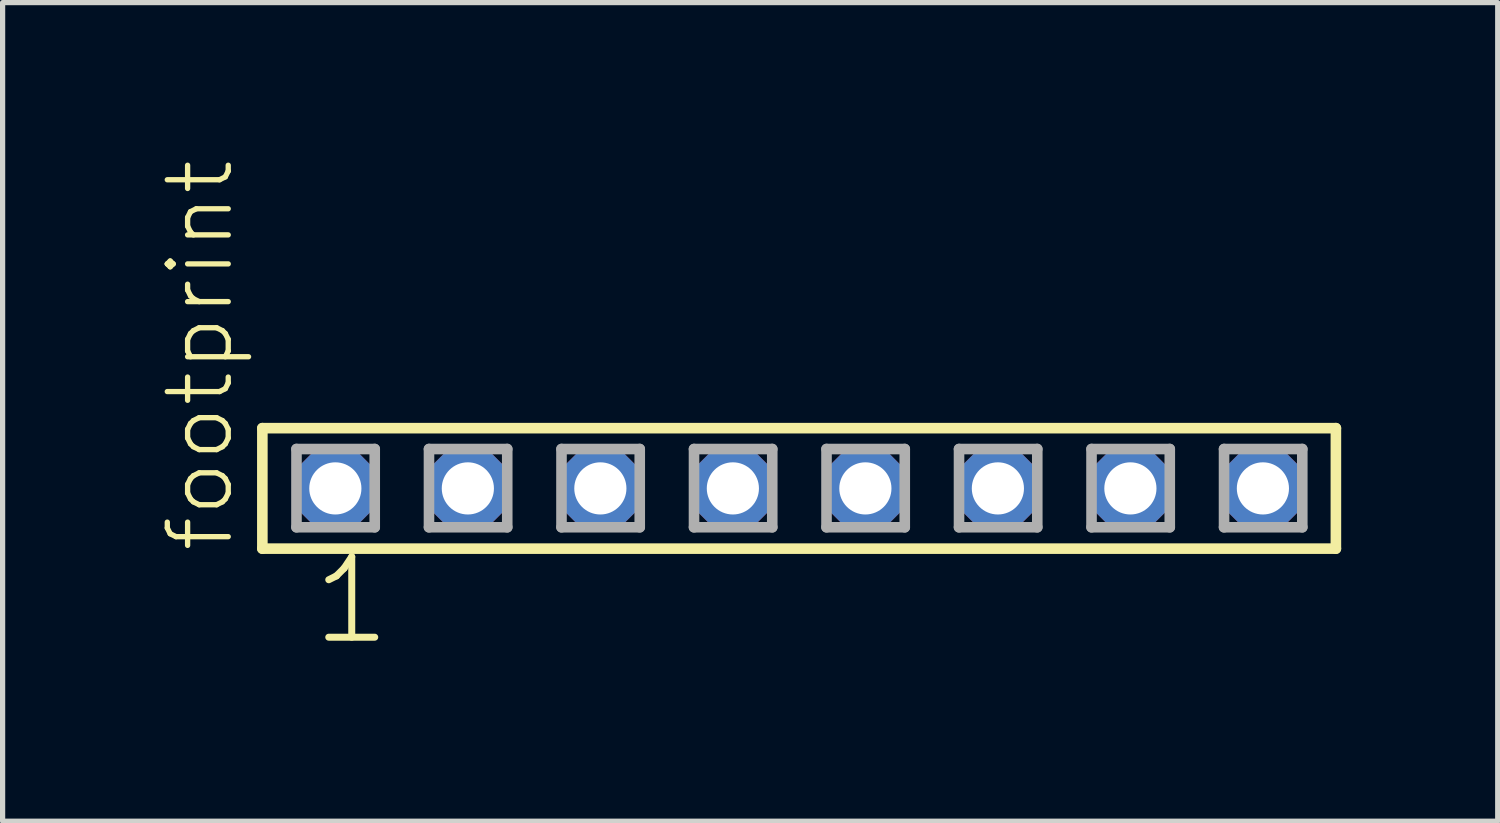
<source format=kicad_pcb>
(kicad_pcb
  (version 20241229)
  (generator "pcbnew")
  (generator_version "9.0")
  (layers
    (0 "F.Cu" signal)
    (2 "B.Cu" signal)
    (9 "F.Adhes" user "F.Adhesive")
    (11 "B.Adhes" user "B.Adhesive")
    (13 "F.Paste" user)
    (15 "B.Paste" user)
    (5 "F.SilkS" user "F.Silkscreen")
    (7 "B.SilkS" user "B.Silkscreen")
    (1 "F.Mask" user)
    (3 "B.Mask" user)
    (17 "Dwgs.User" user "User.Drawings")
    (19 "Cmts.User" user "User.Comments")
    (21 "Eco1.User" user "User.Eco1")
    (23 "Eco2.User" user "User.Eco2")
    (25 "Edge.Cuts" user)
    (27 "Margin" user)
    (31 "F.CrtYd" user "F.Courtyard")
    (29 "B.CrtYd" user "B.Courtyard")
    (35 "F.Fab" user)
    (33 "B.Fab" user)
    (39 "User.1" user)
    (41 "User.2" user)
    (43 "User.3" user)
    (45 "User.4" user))
  (footprint "footprint"
    (layer "F.Cu")
    (at 12.268 6.312)
    (property "Reference" "footprint" (at -10.795 1.27 90) (layer "F.SilkS") (effects (font (size 1.168 1.168) (thickness 0.102)) (justify left bottom)))
    (fp_line (start -10.289 -1.155) (end 10.289 -1.155) (stroke (width 0.203) (type solid)) (layer "F.SilkS"))
    (fp_line (start -10.289 1.155) (end -10.289 -1.155) (stroke (width 0.203) (type solid)) (layer "F.SilkS"))
    (fp_line (start 10.289 -1.155) (end 10.289 1.155) (stroke (width 0.203) (type solid)) (layer "F.SilkS"))
    (fp_line (start 10.289 1.155) (end -10.289 1.155) (stroke (width 0.203) (type solid)) (layer "F.SilkS"))
    (fp_line (start -9.635 -0.755) (end -8.135 -0.755) (stroke (width 0.203) (type solid)) (layer "F.Fab"))
    (fp_line (start -9.635 0.745) (end -9.635 -0.755) (stroke (width 0.203) (type solid)) (layer "F.Fab"))
    (fp_line (start -8.135 -0.755) (end -8.135 0.745) (stroke (width 0.203) (type solid)) (layer "F.Fab"))
    (fp_line (start -8.135 0.745) (end -9.635 0.745) (stroke (width 0.203) (type solid)) (layer "F.Fab"))
    (fp_line (start -7.095 -0.755) (end -5.595 -0.755) (stroke (width 0.203) (type solid)) (layer "F.Fab"))
    (fp_line (start -7.095 0.745) (end -7.095 -0.755) (stroke (width 0.203) (type solid)) (layer "F.Fab"))
    (fp_line (start -5.595 -0.755) (end -5.595 0.745) (stroke (width 0.203) (type solid)) (layer "F.Fab"))
    (fp_line (start -5.595 0.745) (end -7.095 0.745) (stroke (width 0.203) (type solid)) (layer "F.Fab"))
    (fp_line (start -4.555 -0.755) (end -3.055 -0.755) (stroke (width 0.203) (type solid)) (layer "F.Fab"))
    (fp_line (start -4.555 0.745) (end -4.555 -0.755) (stroke (width 0.203) (type solid)) (layer "F.Fab"))
    (fp_line (start -3.055 -0.755) (end -3.055 0.745) (stroke (width 0.203) (type solid)) (layer "F.Fab"))
    (fp_line (start -3.055 0.745) (end -4.555 0.745) (stroke (width 0.203) (type solid)) (layer "F.Fab"))
    (fp_line (start -2.015 -0.755) (end -0.515 -0.755) (stroke (width 0.203) (type solid)) (layer "F.Fab"))
    (fp_line (start -2.015 0.745) (end -2.015 -0.755) (stroke (width 0.203) (type solid)) (layer "F.Fab"))
    (fp_line (start -0.515 -0.755) (end -0.515 0.745) (stroke (width 0.203) (type solid)) (layer "F.Fab"))
    (fp_line (start -0.515 0.745) (end -2.015 0.745) (stroke (width 0.203) (type solid)) (layer "F.Fab"))
    (fp_line (start 0.525 -0.755) (end 2.025 -0.755) (stroke (width 0.203) (type solid)) (layer "F.Fab"))
    (fp_line (start 0.525 0.745) (end 0.525 -0.755) (stroke (width 0.203) (type solid)) (layer "F.Fab"))
    (fp_line (start 2.025 -0.755) (end 2.025 0.745) (stroke (width 0.203) (type solid)) (layer "F.Fab"))
    (fp_line (start 2.025 0.745) (end 0.525 0.745) (stroke (width 0.203) (type solid)) (layer "F.Fab"))
    (fp_line (start 3.065 -0.755) (end 4.565 -0.755) (stroke (width 0.203) (type solid)) (layer "F.Fab"))
    (fp_line (start 3.065 0.745) (end 3.065 -0.755) (stroke (width 0.203) (type solid)) (layer "F.Fab"))
    (fp_line (start 4.565 -0.755) (end 4.565 0.745) (stroke (width 0.203) (type solid)) (layer "F.Fab"))
    (fp_line (start 4.565 0.745) (end 3.065 0.745) (stroke (width 0.203) (type solid)) (layer "F.Fab"))
    (fp_line (start 5.605 -0.755) (end 7.105 -0.755) (stroke (width 0.203) (type solid)) (layer "F.Fab"))
    (fp_line (start 5.605 0.745) (end 5.605 -0.755) (stroke (width 0.203) (type solid)) (layer "F.Fab"))
    (fp_line (start 7.105 -0.755) (end 7.105 0.745) (stroke (width 0.203) (type solid)) (layer "F.Fab"))
    (fp_line (start 7.105 0.745) (end 5.605 0.745) (stroke (width 0.203) (type solid)) (layer "F.Fab"))
    (fp_line (start 8.145 -0.755) (end 9.645 -0.755) (stroke (width 0.203) (type solid)) (layer "F.Fab"))
    (fp_line (start 8.145 0.745) (end 8.145 -0.755) (stroke (width 0.203) (type solid)) (layer "F.Fab"))
    (fp_line (start 9.645 -0.755) (end 9.645 0.745) (stroke (width 0.203) (type solid)) (layer "F.Fab"))
    (fp_line (start 9.645 0.745) (end 8.145 0.745) (stroke (width 0.203) (type solid)) (layer "F.Fab"))
    (fp_text user "1" (at -9.398 3.048 0) (layer "F.SilkS") (effects (font (size 1.542 1.542) (thickness 0.134)) (justify left bottom)))
    (pad "1" thru_hole roundrect (at -8.89 0) (size 1.5 1.5) (drill 1) (layers "*.Cu" "*.Mask") (roundrect_rratio 0.25) (chamfer_ratio 0.25) (chamfer top_left top_right bottom_left bottom_right))
    (pad "2" thru_hole roundrect (at -6.35 0) (size 1.5 1.5) (drill 1) (layers "*.Cu" "*.Mask") (roundrect_rratio 0.25) (chamfer_ratio 0.25) (chamfer top_left top_right bottom_left bottom_right))
    (pad "3" thru_hole roundrect (at -3.81 0) (size 1.5 1.5) (drill 1) (layers "*.Cu" "*.Mask") (roundrect_rratio 0.25) (chamfer_ratio 0.25) (chamfer top_left top_right bottom_left bottom_right))
    (pad "4" thru_hole roundrect (at -1.27 0) (size 1.5 1.5) (drill 1) (layers "*.Cu" "*.Mask") (roundrect_rratio 0.25) (chamfer_ratio 0.25) (chamfer top_left top_right bottom_left bottom_right))
    (pad "5" thru_hole roundrect (at 1.27 0) (size 1.5 1.5) (drill 1) (layers "*.Cu" "*.Mask") (roundrect_rratio 0.25) (chamfer_ratio 0.25) (chamfer top_left top_right bottom_left bottom_right))
    (pad "6" thru_hole roundrect (at 3.81 0) (size 1.5 1.5) (drill 1) (layers "*.Cu" "*.Mask") (roundrect_rratio 0.25) (chamfer_ratio 0.25) (chamfer top_left top_right bottom_left bottom_right))
    (pad "7" thru_hole roundrect (at 6.35 0) (size 1.5 1.5) (drill 1) (layers "*.Cu" "*.Mask") (roundrect_rratio 0.25) (chamfer_ratio 0.25) (chamfer top_left top_right bottom_left bottom_right))
    (pad "8" thru_hole roundrect (at 8.89 0) (size 1.5 1.5) (drill 1) (layers "*.Cu" "*.Mask") (roundrect_rratio 0.25) (chamfer_ratio 0.25) (chamfer top_left top_right bottom_left bottom_right)))
  (gr_rect
    (start -3 -3)
    (end 25.659 12.691)
    (stroke (width 0.1) (type default))
    (fill no)
    (layer "Edge.Cuts")))
</source>
